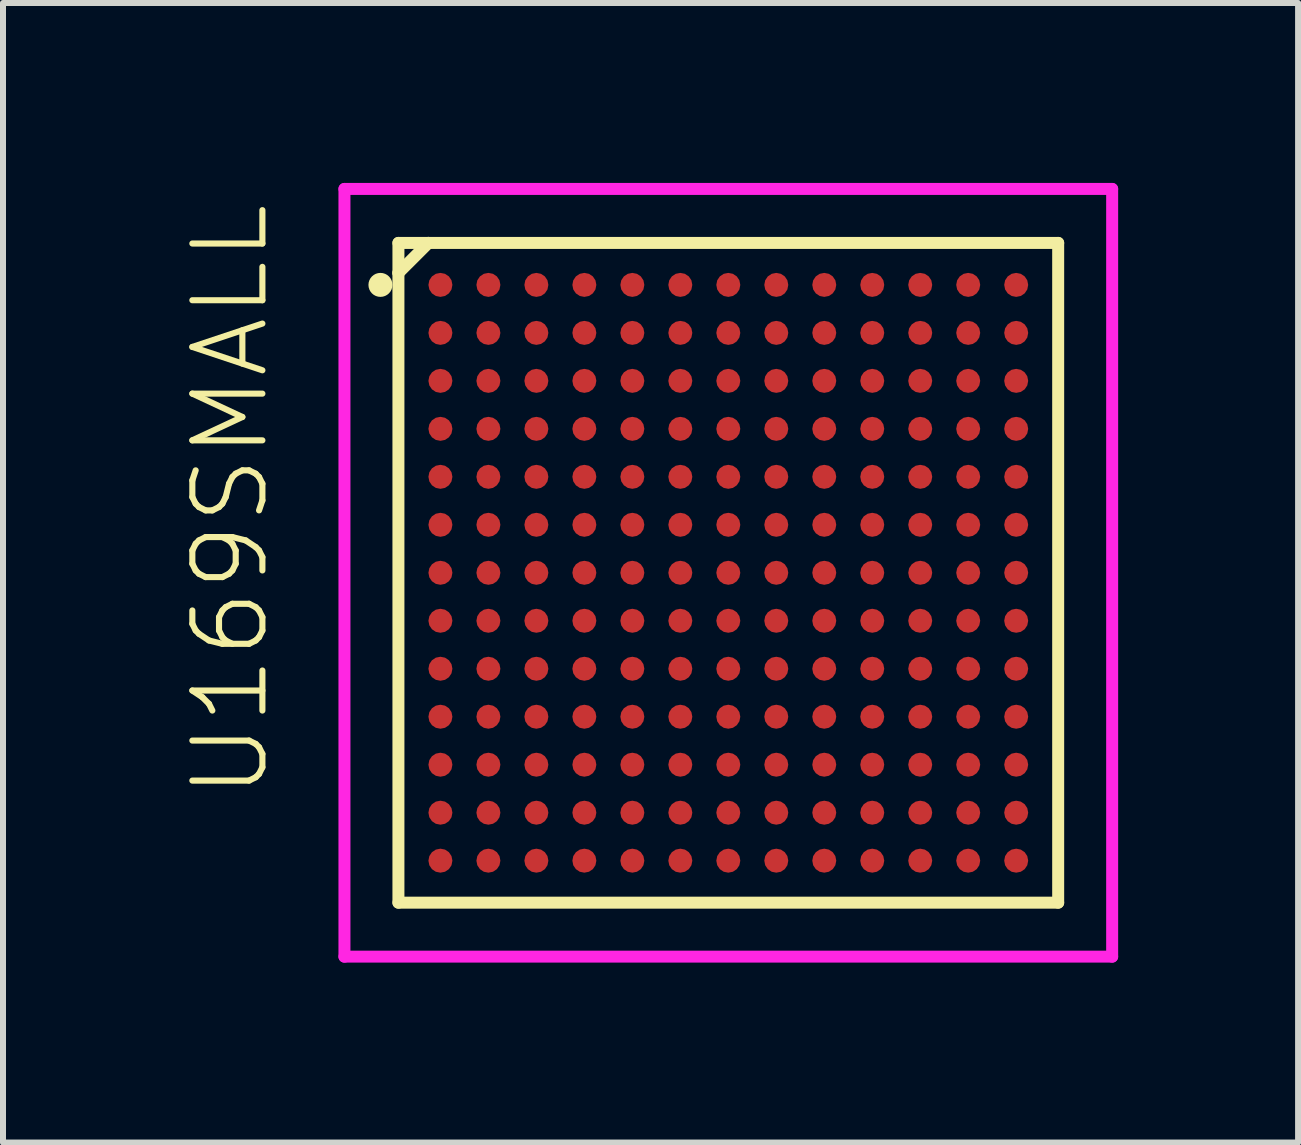
<source format=kicad_pcb>
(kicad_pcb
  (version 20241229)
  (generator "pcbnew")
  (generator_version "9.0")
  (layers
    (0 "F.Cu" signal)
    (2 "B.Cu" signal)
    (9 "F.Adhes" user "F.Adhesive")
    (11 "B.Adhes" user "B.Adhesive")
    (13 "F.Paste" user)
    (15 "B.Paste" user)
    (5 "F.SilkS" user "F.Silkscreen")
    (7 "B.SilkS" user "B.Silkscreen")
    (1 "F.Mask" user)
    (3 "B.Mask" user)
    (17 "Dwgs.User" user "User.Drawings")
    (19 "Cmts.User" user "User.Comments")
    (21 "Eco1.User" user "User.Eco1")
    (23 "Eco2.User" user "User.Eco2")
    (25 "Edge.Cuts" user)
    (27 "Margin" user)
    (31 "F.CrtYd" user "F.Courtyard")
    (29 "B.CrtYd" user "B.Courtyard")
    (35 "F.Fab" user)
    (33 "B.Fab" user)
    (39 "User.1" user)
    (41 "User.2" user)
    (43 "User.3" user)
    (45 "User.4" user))
  (footprint "U169SMALL"
    (layer "F.Cu")
    (at 9.093 6.5)
    (property "Reference" "U169SMALL" (at -7.62 3.81 90) (unlocked yes) (layer "F.SilkS") (effects (font (size 1.168 1.168) (thickness 0.102)) (justify left bottom)))
    (fp_line (start -5.5 -5.5) (end -5.5 -5) (stroke (width 0.2) (type solid)) (layer "F.SilkS"))
    (fp_line (start -5.5 -5.5) (end -5 -5.5) (stroke (width 0.2) (type solid)) (layer "F.SilkS"))
    (fp_line (start -5.5 -5) (end -5.5 5.5) (stroke (width 0.2) (type solid)) (layer "F.SilkS"))
    (fp_line (start -5.5 -5) (end -5 -5.5) (stroke (width 0.2) (type solid)) (layer "F.SilkS"))
    (fp_line (start -5.5 5.5) (end 5.5 5.5) (stroke (width 0.2) (type solid)) (layer "F.SilkS"))
    (fp_line (start -5 -5.5) (end 5.5 -5.5) (stroke (width 0.2) (type solid)) (layer "F.SilkS"))
    (fp_line (start 5.5 -5.5) (end 5.5 5.5) (stroke (width 0.2) (type solid)) (layer "F.SilkS"))
    (fp_circle (center -5.8 -4.8) (end -5.7 -4.8) (stroke (width 0.2) (type solid)) (fill no) (layer "F.SilkS"))
    (fp_line (start -6.4 -6.4) (end -6.4 6.4) (stroke (width 0.2) (type solid)) (layer "F.CrtYd"))
    (fp_line (start -6.4 -6.4) (end 6.4 -6.4) (stroke (width 0.2) (type solid)) (layer "F.CrtYd"))
    (fp_line (start -6.4 6.4) (end 6.4 6.4) (stroke (width 0.2) (type solid)) (layer "F.CrtYd"))
    (fp_line (start 6.4 -6.4) (end 6.4 6.4) (stroke (width 0.2) (type solid)) (layer "F.CrtYd"))
    (pad "A1" smd roundrect (at -4.8 -4.8) (size 0.4 0.4) (layers "F.Cu" "F.Mask" "F.Paste") (roundrect_rratio 0.5))
    (pad "A2" smd roundrect (at -4 -4.8) (size 0.4 0.4) (layers "F.Cu" "F.Mask" "F.Paste") (roundrect_rratio 0.5))
    (pad "A3" smd roundrect (at -3.2 -4.8) (size 0.4 0.4) (layers "F.Cu" "F.Mask" "F.Paste") (roundrect_rratio 0.5))
    (pad "A4" smd roundrect (at -2.4 -4.8) (size 0.4 0.4) (layers "F.Cu" "F.Mask" "F.Paste") (roundrect_rratio 0.5))
    (pad "A5" smd roundrect (at -1.6 -4.8) (size 0.4 0.4) (layers "F.Cu" "F.Mask" "F.Paste") (roundrect_rratio 0.5))
    (pad "A6" smd roundrect (at -0.8 -4.8) (size 0.4 0.4) (layers "F.Cu" "F.Mask" "F.Paste") (roundrect_rratio 0.5))
    (pad "A7" smd roundrect (at 0 -4.8) (size 0.4 0.4) (layers "F.Cu" "F.Mask" "F.Paste") (roundrect_rratio 0.5))
    (pad "A8" smd roundrect (at 0.8 -4.8) (size 0.4 0.4) (layers "F.Cu" "F.Mask" "F.Paste") (roundrect_rratio 0.5))
    (pad "A9" smd roundrect (at 1.6 -4.8) (size 0.4 0.4) (layers "F.Cu" "F.Mask" "F.Paste") (roundrect_rratio 0.5))
    (pad "A10" smd roundrect (at 2.4 -4.8) (size 0.4 0.4) (layers "F.Cu" "F.Mask" "F.Paste") (roundrect_rratio 0.5))
    (pad "A11" smd roundrect (at 3.2 -4.8) (size 0.4 0.4) (layers "F.Cu" "F.Mask" "F.Paste") (roundrect_rratio 0.5))
    (pad "A12" smd roundrect (at 4 -4.8) (size 0.4 0.4) (layers "F.Cu" "F.Mask" "F.Paste") (roundrect_rratio 0.5))
    (pad "A13" smd roundrect (at 4.8 -4.8) (size 0.4 0.4) (layers "F.Cu" "F.Mask" "F.Paste") (roundrect_rratio 0.5))
    (pad "B1" smd roundrect (at -4.8 -4) (size 0.4 0.4) (layers "F.Cu" "F.Mask" "F.Paste") (roundrect_rratio 0.5))
    (pad "B2" smd roundrect (at -4 -4) (size 0.4 0.4) (layers "F.Cu" "F.Mask" "F.Paste") (roundrect_rratio 0.5))
    (pad "B3" smd roundrect (at -3.2 -4) (size 0.4 0.4) (layers "F.Cu" "F.Mask" "F.Paste") (roundrect_rratio 0.5))
    (pad "B4" smd roundrect (at -2.4 -4) (size 0.4 0.4) (layers "F.Cu" "F.Mask" "F.Paste") (roundrect_rratio 0.5))
    (pad "B5" smd roundrect (at -1.6 -4) (size 0.4 0.4) (layers "F.Cu" "F.Mask" "F.Paste") (roundrect_rratio 0.5))
    (pad "B6" smd roundrect (at -0.8 -4) (size 0.4 0.4) (layers "F.Cu" "F.Mask" "F.Paste") (roundrect_rratio 0.5))
    (pad "B7" smd roundrect (at 0 -4) (size 0.4 0.4) (layers "F.Cu" "F.Mask" "F.Paste") (roundrect_rratio 0.5))
    (pad "B8" smd roundrect (at 0.8 -4) (size 0.4 0.4) (layers "F.Cu" "F.Mask" "F.Paste") (roundrect_rratio 0.5))
    (pad "B9" smd roundrect (at 1.6 -4) (size 0.4 0.4) (layers "F.Cu" "F.Mask" "F.Paste") (roundrect_rratio 0.5))
    (pad "B10" smd roundrect (at 2.4 -4) (size 0.4 0.4) (layers "F.Cu" "F.Mask" "F.Paste") (roundrect_rratio 0.5))
    (pad "B11" smd roundrect (at 3.2 -4) (size 0.4 0.4) (layers "F.Cu" "F.Mask" "F.Paste") (roundrect_rratio 0.5))
    (pad "B12" smd roundrect (at 4 -4) (size 0.4 0.4) (layers "F.Cu" "F.Mask" "F.Paste") (roundrect_rratio 0.5))
    (pad "B13" smd roundrect (at 4.8 -4) (size 0.4 0.4) (layers "F.Cu" "F.Mask" "F.Paste") (roundrect_rratio 0.5))
    (pad "C1" smd roundrect (at -4.8 -3.2) (size 0.4 0.4) (layers "F.Cu" "F.Mask" "F.Paste") (roundrect_rratio 0.5))
    (pad "C2" smd roundrect (at -4 -3.2) (size 0.4 0.4) (layers "F.Cu" "F.Mask" "F.Paste") (roundrect_rratio 0.5))
    (pad "C3" smd roundrect (at -3.2 -3.2) (size 0.4 0.4) (layers "F.Cu" "F.Mask" "F.Paste") (roundrect_rratio 0.5))
    (pad "C4" smd roundrect (at -2.4 -3.2) (size 0.4 0.4) (layers "F.Cu" "F.Mask" "F.Paste") (roundrect_rratio 0.5))
    (pad "C5" smd roundrect (at -1.6 -3.2) (size 0.4 0.4) (layers "F.Cu" "F.Mask" "F.Paste") (roundrect_rratio 0.5))
    (pad "C6" smd roundrect (at -0.8 -3.2) (size 0.4 0.4) (layers "F.Cu" "F.Mask" "F.Paste") (roundrect_rratio 0.5))
    (pad "C7" smd roundrect (at 0 -3.2) (size 0.4 0.4) (layers "F.Cu" "F.Mask" "F.Paste") (roundrect_rratio 0.5))
    (pad "C8" smd roundrect (at 0.8 -3.2) (size 0.4 0.4) (layers "F.Cu" "F.Mask" "F.Paste") (roundrect_rratio 0.5))
    (pad "C9" smd roundrect (at 1.6 -3.2) (size 0.4 0.4) (layers "F.Cu" "F.Mask" "F.Paste") (roundrect_rratio 0.5))
    (pad "C10" smd roundrect (at 2.4 -3.2) (size 0.4 0.4) (layers "F.Cu" "F.Mask" "F.Paste") (roundrect_rratio 0.5))
    (pad "C11" smd roundrect (at 3.2 -3.2) (size 0.4 0.4) (layers "F.Cu" "F.Mask" "F.Paste") (roundrect_rratio 0.5))
    (pad "C12" smd roundrect (at 4 -3.2) (size 0.4 0.4) (layers "F.Cu" "F.Mask" "F.Paste") (roundrect_rratio 0.5))
    (pad "C13" smd roundrect (at 4.8 -3.2) (size 0.4 0.4) (layers "F.Cu" "F.Mask" "F.Paste") (roundrect_rratio 0.5))
    (pad "D1" smd roundrect (at -4.8 -2.4) (size 0.4 0.4) (layers "F.Cu" "F.Mask" "F.Paste") (roundrect_rratio 0.5))
    (pad "D2" smd roundrect (at -4 -2.4) (size 0.4 0.4) (layers "F.Cu" "F.Mask" "F.Paste") (roundrect_rratio 0.5))
    (pad "D3" smd roundrect (at -3.2 -2.4) (size 0.4 0.4) (layers "F.Cu" "F.Mask" "F.Paste") (roundrect_rratio 0.5))
    (pad "D4" smd roundrect (at -2.4 -2.4) (size 0.4 0.4) (layers "F.Cu" "F.Mask" "F.Paste") (roundrect_rratio 0.5))
    (pad "D5" smd roundrect (at -1.6 -2.4) (size 0.4 0.4) (layers "F.Cu" "F.Mask" "F.Paste") (roundrect_rratio 0.5))
    (pad "D6" smd roundrect (at -0.8 -2.4) (size 0.4 0.4) (layers "F.Cu" "F.Mask" "F.Paste") (roundrect_rratio 0.5))
    (pad "D7" smd roundrect (at 0 -2.4) (size 0.4 0.4) (layers "F.Cu" "F.Mask" "F.Paste") (roundrect_rratio 0.5))
    (pad "D8" smd roundrect (at 0.8 -2.4) (size 0.4 0.4) (layers "F.Cu" "F.Mask" "F.Paste") (roundrect_rratio 0.5))
    (pad "D9" smd roundrect (at 1.6 -2.4) (size 0.4 0.4) (layers "F.Cu" "F.Mask" "F.Paste") (roundrect_rratio 0.5))
    (pad "D10" smd roundrect (at 2.4 -2.4) (size 0.4 0.4) (layers "F.Cu" "F.Mask" "F.Paste") (roundrect_rratio 0.5))
    (pad "D11" smd roundrect (at 3.2 -2.4) (size 0.4 0.4) (layers "F.Cu" "F.Mask" "F.Paste") (roundrect_rratio 0.5))
    (pad "D12" smd roundrect (at 4 -2.4) (size 0.4 0.4) (layers "F.Cu" "F.Mask" "F.Paste") (roundrect_rratio 0.5))
    (pad "D13" smd roundrect (at 4.8 -2.4) (size 0.4 0.4) (layers "F.Cu" "F.Mask" "F.Paste") (roundrect_rratio 0.5))
    (pad "E1" smd roundrect (at -4.8 -1.6) (size 0.4 0.4) (layers "F.Cu" "F.Mask" "F.Paste") (roundrect_rratio 0.5))
    (pad "E2" smd roundrect (at -4 -1.6) (size 0.4 0.4) (layers "F.Cu" "F.Mask" "F.Paste") (roundrect_rratio 0.5))
    (pad "E3" smd roundrect (at -3.2 -1.6) (size 0.4 0.4) (layers "F.Cu" "F.Mask" "F.Paste") (roundrect_rratio 0.5))
    (pad "E4" smd roundrect (at -2.4 -1.6) (size 0.4 0.4) (layers "F.Cu" "F.Mask" "F.Paste") (roundrect_rratio 0.5))
    (pad "E5" smd roundrect (at -1.6 -1.6) (size 0.4 0.4) (layers "F.Cu" "F.Mask" "F.Paste") (roundrect_rratio 0.5))
    (pad "E6" smd roundrect (at -0.8 -1.6) (size 0.4 0.4) (layers "F.Cu" "F.Mask" "F.Paste") (roundrect_rratio 0.5))
    (pad "E7" smd roundrect (at 0 -1.6) (size 0.4 0.4) (layers "F.Cu" "F.Mask" "F.Paste") (roundrect_rratio 0.5))
    (pad "E8" smd roundrect (at 0.8 -1.6) (size 0.4 0.4) (layers "F.Cu" "F.Mask" "F.Paste") (roundrect_rratio 0.5))
    (pad "E9" smd roundrect (at 1.6 -1.6) (size 0.4 0.4) (layers "F.Cu" "F.Mask" "F.Paste") (roundrect_rratio 0.5))
    (pad "E10" smd roundrect (at 2.4 -1.6) (size 0.4 0.4) (layers "F.Cu" "F.Mask" "F.Paste") (roundrect_rratio 0.5))
    (pad "E11" smd roundrect (at 3.2 -1.6) (size 0.4 0.4) (layers "F.Cu" "F.Mask" "F.Paste") (roundrect_rratio 0.5))
    (pad "E12" smd roundrect (at 4 -1.6) (size 0.4 0.4) (layers "F.Cu" "F.Mask" "F.Paste") (roundrect_rratio 0.5))
    (pad "E13" smd roundrect (at 4.8 -1.6) (size 0.4 0.4) (layers "F.Cu" "F.Mask" "F.Paste") (roundrect_rratio 0.5))
    (pad "F1" smd roundrect (at -4.8 -0.8) (size 0.4 0.4) (layers "F.Cu" "F.Mask" "F.Paste") (roundrect_rratio 0.5))
    (pad "F2" smd roundrect (at -4 -0.8) (size 0.4 0.4) (layers "F.Cu" "F.Mask" "F.Paste") (roundrect_rratio 0.5))
    (pad "F3" smd roundrect (at -3.2 -0.8) (size 0.4 0.4) (layers "F.Cu" "F.Mask" "F.Paste") (roundrect_rratio 0.5))
    (pad "F4" smd roundrect (at -2.4 -0.8) (size 0.4 0.4) (layers "F.Cu" "F.Mask" "F.Paste") (roundrect_rratio 0.5))
    (pad "F5" smd roundrect (at -1.6 -0.8) (size 0.4 0.4) (layers "F.Cu" "F.Mask" "F.Paste") (roundrect_rratio 0.5))
    (pad "F6" smd roundrect (at -0.8 -0.8) (size 0.4 0.4) (layers "F.Cu" "F.Mask" "F.Paste") (roundrect_rratio 0.5))
    (pad "F7" smd roundrect (at 0 -0.8) (size 0.4 0.4) (layers "F.Cu" "F.Mask" "F.Paste") (roundrect_rratio 0.5))
    (pad "F8" smd roundrect (at 0.8 -0.8) (size 0.4 0.4) (layers "F.Cu" "F.Mask" "F.Paste") (roundrect_rratio 0.5))
    (pad "F9" smd roundrect (at 1.6 -0.8) (size 0.4 0.4) (layers "F.Cu" "F.Mask" "F.Paste") (roundrect_rratio 0.5))
    (pad "F10" smd roundrect (at 2.4 -0.8) (size 0.4 0.4) (layers "F.Cu" "F.Mask" "F.Paste") (roundrect_rratio 0.5))
    (pad "F11" smd roundrect (at 3.2 -0.8) (size 0.4 0.4) (layers "F.Cu" "F.Mask" "F.Paste") (roundrect_rratio 0.5))
    (pad "F12" smd roundrect (at 4 -0.8) (size 0.4 0.4) (layers "F.Cu" "F.Mask" "F.Paste") (roundrect_rratio 0.5))
    (pad "F13" smd roundrect (at 4.8 -0.8) (size 0.4 0.4) (layers "F.Cu" "F.Mask" "F.Paste") (roundrect_rratio 0.5))
    (pad "G1" smd roundrect (at -4.8 0) (size 0.4 0.4) (layers "F.Cu" "F.Mask" "F.Paste") (roundrect_rratio 0.5))
    (pad "G2" smd roundrect (at -4 0) (size 0.4 0.4) (layers "F.Cu" "F.Mask" "F.Paste") (roundrect_rratio 0.5))
    (pad "G3" smd roundrect (at -3.2 0) (size 0.4 0.4) (layers "F.Cu" "F.Mask" "F.Paste") (roundrect_rratio 0.5))
    (pad "G4" smd roundrect (at -2.4 0) (size 0.4 0.4) (layers "F.Cu" "F.Mask" "F.Paste") (roundrect_rratio 0.5))
    (pad "G5" smd roundrect (at -1.6 0) (size 0.4 0.4) (layers "F.Cu" "F.Mask" "F.Paste") (roundrect_rratio 0.5))
    (pad "G6" smd roundrect (at -0.8 0) (size 0.4 0.4) (layers "F.Cu" "F.Mask" "F.Paste") (roundrect_rratio 0.5))
    (pad "G7" smd roundrect (at 0 0) (size 0.4 0.4) (layers "F.Cu" "F.Mask" "F.Paste") (roundrect_rratio 0.5))
    (pad "G8" smd roundrect (at 0.8 0) (size 0.4 0.4) (layers "F.Cu" "F.Mask" "F.Paste") (roundrect_rratio 0.5))
    (pad "G9" smd roundrect (at 1.6 0) (size 0.4 0.4) (layers "F.Cu" "F.Mask" "F.Paste") (roundrect_rratio 0.5))
    (pad "G10" smd roundrect (at 2.4 0) (size 0.4 0.4) (layers "F.Cu" "F.Mask" "F.Paste") (roundrect_rratio 0.5))
    (pad "G11" smd roundrect (at 3.2 0) (size 0.4 0.4) (layers "F.Cu" "F.Mask" "F.Paste") (roundrect_rratio 0.5))
    (pad "G12" smd roundrect (at 4 0) (size 0.4 0.4) (layers "F.Cu" "F.Mask" "F.Paste") (roundrect_rratio 0.5))
    (pad "G13" smd roundrect (at 4.8 0) (size 0.4 0.4) (layers "F.Cu" "F.Mask" "F.Paste") (roundrect_rratio 0.5))
    (pad "H1" smd roundrect (at -4.8 0.8) (size 0.4 0.4) (layers "F.Cu" "F.Mask" "F.Paste") (roundrect_rratio 0.5))
    (pad "H2" smd roundrect (at -4 0.8) (size 0.4 0.4) (layers "F.Cu" "F.Mask" "F.Paste") (roundrect_rratio 0.5))
    (pad "H3" smd roundrect (at -3.2 0.8) (size 0.4 0.4) (layers "F.Cu" "F.Mask" "F.Paste") (roundrect_rratio 0.5))
    (pad "H4" smd roundrect (at -2.4 0.8) (size 0.4 0.4) (layers "F.Cu" "F.Mask" "F.Paste") (roundrect_rratio 0.5))
    (pad "H5" smd roundrect (at -1.6 0.8) (size 0.4 0.4) (layers "F.Cu" "F.Mask" "F.Paste") (roundrect_rratio 0.5))
    (pad "H6" smd roundrect (at -0.8 0.8) (size 0.4 0.4) (layers "F.Cu" "F.Mask" "F.Paste") (roundrect_rratio 0.5))
    (pad "H7" smd roundrect (at 0 0.8) (size 0.4 0.4) (layers "F.Cu" "F.Mask" "F.Paste") (roundrect_rratio 0.5))
    (pad "H8" smd roundrect (at 0.8 0.8) (size 0.4 0.4) (layers "F.Cu" "F.Mask" "F.Paste") (roundrect_rratio 0.5))
    (pad "H9" smd roundrect (at 1.6 0.8) (size 0.4 0.4) (layers "F.Cu" "F.Mask" "F.Paste") (roundrect_rratio 0.5))
    (pad "H10" smd roundrect (at 2.4 0.8) (size 0.4 0.4) (layers "F.Cu" "F.Mask" "F.Paste") (roundrect_rratio 0.5))
    (pad "H11" smd roundrect (at 3.2 0.8) (size 0.4 0.4) (layers "F.Cu" "F.Mask" "F.Paste") (roundrect_rratio 0.5))
    (pad "H12" smd roundrect (at 4 0.8) (size 0.4 0.4) (layers "F.Cu" "F.Mask" "F.Paste") (roundrect_rratio 0.5))
    (pad "H13" smd roundrect (at 4.8 0.8) (size 0.4 0.4) (layers "F.Cu" "F.Mask" "F.Paste") (roundrect_rratio 0.5))
    (pad "J1" smd roundrect (at -4.8 1.6) (size 0.4 0.4) (layers "F.Cu" "F.Mask" "F.Paste") (roundrect_rratio 0.5))
    (pad "J2" smd roundrect (at -4 1.6) (size 0.4 0.4) (layers "F.Cu" "F.Mask" "F.Paste") (roundrect_rratio 0.5))
    (pad "J3" smd roundrect (at -3.2 1.6) (size 0.4 0.4) (layers "F.Cu" "F.Mask" "F.Paste") (roundrect_rratio 0.5))
    (pad "J4" smd roundrect (at -2.4 1.6) (size 0.4 0.4) (layers "F.Cu" "F.Mask" "F.Paste") (roundrect_rratio 0.5))
    (pad "J5" smd roundrect (at -1.6 1.6) (size 0.4 0.4) (layers "F.Cu" "F.Mask" "F.Paste") (roundrect_rratio 0.5))
    (pad "J6" smd roundrect (at -0.8 1.6) (size 0.4 0.4) (layers "F.Cu" "F.Mask" "F.Paste") (roundrect_rratio 0.5))
    (pad "J7" smd roundrect (at 0 1.6) (size 0.4 0.4) (layers "F.Cu" "F.Mask" "F.Paste") (roundrect_rratio 0.5))
    (pad "J8" smd roundrect (at 0.8 1.6) (size 0.4 0.4) (layers "F.Cu" "F.Mask" "F.Paste") (roundrect_rratio 0.5))
    (pad "J9" smd roundrect (at 1.6 1.6) (size 0.4 0.4) (layers "F.Cu" "F.Mask" "F.Paste") (roundrect_rratio 0.5))
    (pad "J10" smd roundrect (at 2.4 1.6) (size 0.4 0.4) (layers "F.Cu" "F.Mask" "F.Paste") (roundrect_rratio 0.5))
    (pad "J11" smd roundrect (at 3.2 1.6) (size 0.4 0.4) (layers "F.Cu" "F.Mask" "F.Paste") (roundrect_rratio 0.5))
    (pad "J12" smd roundrect (at 4 1.6) (size 0.4 0.4) (layers "F.Cu" "F.Mask" "F.Paste") (roundrect_rratio 0.5))
    (pad "J13" smd roundrect (at 4.8 1.6) (size 0.4 0.4) (layers "F.Cu" "F.Mask" "F.Paste") (roundrect_rratio 0.5))
    (pad "K1" smd roundrect (at -4.8 2.4) (size 0.4 0.4) (layers "F.Cu" "F.Mask" "F.Paste") (roundrect_rratio 0.5))
    (pad "K2" smd roundrect (at -4 2.4) (size 0.4 0.4) (layers "F.Cu" "F.Mask" "F.Paste") (roundrect_rratio 0.5))
    (pad "K3" smd roundrect (at -3.2 2.4) (size 0.4 0.4) (layers "F.Cu" "F.Mask" "F.Paste") (roundrect_rratio 0.5))
    (pad "K4" smd roundrect (at -2.4 2.4) (size 0.4 0.4) (layers "F.Cu" "F.Mask" "F.Paste") (roundrect_rratio 0.5))
    (pad "K5" smd roundrect (at -1.6 2.4) (size 0.4 0.4) (layers "F.Cu" "F.Mask" "F.Paste") (roundrect_rratio 0.5))
    (pad "K6" smd roundrect (at -0.8 2.4) (size 0.4 0.4) (layers "F.Cu" "F.Mask" "F.Paste") (roundrect_rratio 0.5))
    (pad "K7" smd roundrect (at 0 2.4) (size 0.4 0.4) (layers "F.Cu" "F.Mask" "F.Paste") (roundrect_rratio 0.5))
    (pad "K8" smd roundrect (at 0.8 2.4) (size 0.4 0.4) (layers "F.Cu" "F.Mask" "F.Paste") (roundrect_rratio 0.5))
    (pad "K9" smd roundrect (at 1.6 2.4) (size 0.4 0.4) (layers "F.Cu" "F.Mask" "F.Paste") (roundrect_rratio 0.5))
    (pad "K10" smd roundrect (at 2.4 2.4) (size 0.4 0.4) (layers "F.Cu" "F.Mask" "F.Paste") (roundrect_rratio 0.5))
    (pad "K11" smd roundrect (at 3.2 2.4) (size 0.4 0.4) (layers "F.Cu" "F.Mask" "F.Paste") (roundrect_rratio 0.5))
    (pad "K12" smd roundrect (at 4 2.4) (size 0.4 0.4) (layers "F.Cu" "F.Mask" "F.Paste") (roundrect_rratio 0.5))
    (pad "K13" smd roundrect (at 4.8 2.4) (size 0.4 0.4) (layers "F.Cu" "F.Mask" "F.Paste") (roundrect_rratio 0.5))
    (pad "L1" smd roundrect (at -4.8 3.2) (size 0.4 0.4) (layers "F.Cu" "F.Mask" "F.Paste") (roundrect_rratio 0.5))
    (pad "L2" smd roundrect (at -4 3.2) (size 0.4 0.4) (layers "F.Cu" "F.Mask" "F.Paste") (roundrect_rratio 0.5))
    (pad "L3" smd roundrect (at -3.2 3.2) (size 0.4 0.4) (layers "F.Cu" "F.Mask" "F.Paste") (roundrect_rratio 0.5))
    (pad "L4" smd roundrect (at -2.4 3.2) (size 0.4 0.4) (layers "F.Cu" "F.Mask" "F.Paste") (roundrect_rratio 0.5))
    (pad "L5" smd roundrect (at -1.6 3.2) (size 0.4 0.4) (layers "F.Cu" "F.Mask" "F.Paste") (roundrect_rratio 0.5))
    (pad "L6" smd roundrect (at -0.8 3.2) (size 0.4 0.4) (layers "F.Cu" "F.Mask" "F.Paste") (roundrect_rratio 0.5))
    (pad "L7" smd roundrect (at 0 3.2) (size 0.4 0.4) (layers "F.Cu" "F.Mask" "F.Paste") (roundrect_rratio 0.5))
    (pad "L8" smd roundrect (at 0.8 3.2) (size 0.4 0.4) (layers "F.Cu" "F.Mask" "F.Paste") (roundrect_rratio 0.5))
    (pad "L9" smd roundrect (at 1.6 3.2) (size 0.4 0.4) (layers "F.Cu" "F.Mask" "F.Paste") (roundrect_rratio 0.5))
    (pad "L10" smd roundrect (at 2.4 3.2) (size 0.4 0.4) (layers "F.Cu" "F.Mask" "F.Paste") (roundrect_rratio 0.5))
    (pad "L11" smd roundrect (at 3.2 3.2) (size 0.4 0.4) (layers "F.Cu" "F.Mask" "F.Paste") (roundrect_rratio 0.5))
    (pad "L12" smd roundrect (at 4 3.2) (size 0.4 0.4) (layers "F.Cu" "F.Mask" "F.Paste") (roundrect_rratio 0.5))
    (pad "L13" smd roundrect (at 4.8 3.2) (size 0.4 0.4) (layers "F.Cu" "F.Mask" "F.Paste") (roundrect_rratio 0.5))
    (pad "M1" smd roundrect (at -4.8 4) (size 0.4 0.4) (layers "F.Cu" "F.Mask" "F.Paste") (roundrect_rratio 0.5))
    (pad "M2" smd roundrect (at -4 4) (size 0.4 0.4) (layers "F.Cu" "F.Mask" "F.Paste") (roundrect_rratio 0.5))
    (pad "M3" smd roundrect (at -3.2 4) (size 0.4 0.4) (layers "F.Cu" "F.Mask" "F.Paste") (roundrect_rratio 0.5))
    (pad "M4" smd roundrect (at -2.4 4) (size 0.4 0.4) (layers "F.Cu" "F.Mask" "F.Paste") (roundrect_rratio 0.5))
    (pad "M5" smd roundrect (at -1.6 4) (size 0.4 0.4) (layers "F.Cu" "F.Mask" "F.Paste") (roundrect_rratio 0.5))
    (pad "M6" smd roundrect (at -0.8 4) (size 0.4 0.4) (layers "F.Cu" "F.Mask" "F.Paste") (roundrect_rratio 0.5))
    (pad "M7" smd roundrect (at 0 4) (size 0.4 0.4) (layers "F.Cu" "F.Mask" "F.Paste") (roundrect_rratio 0.5))
    (pad "M8" smd roundrect (at 0.8 4) (size 0.4 0.4) (layers "F.Cu" "F.Mask" "F.Paste") (roundrect_rratio 0.5))
    (pad "M9" smd roundrect (at 1.6 4) (size 0.4 0.4) (layers "F.Cu" "F.Mask" "F.Paste") (roundrect_rratio 0.5))
    (pad "M10" smd roundrect (at 2.4 4) (size 0.4 0.4) (layers "F.Cu" "F.Mask" "F.Paste") (roundrect_rratio 0.5))
    (pad "M11" smd roundrect (at 3.2 4) (size 0.4 0.4) (layers "F.Cu" "F.Mask" "F.Paste") (roundrect_rratio 0.5))
    (pad "M12" smd roundrect (at 4 4) (size 0.4 0.4) (layers "F.Cu" "F.Mask" "F.Paste") (roundrect_rratio 0.5))
    (pad "M13" smd roundrect (at 4.8 4) (size 0.4 0.4) (layers "F.Cu" "F.Mask" "F.Paste") (roundrect_rratio 0.5))
    (pad "N1" smd roundrect (at -4.8 4.8) (size 0.4 0.4) (layers "F.Cu" "F.Mask" "F.Paste") (roundrect_rratio 0.5))
    (pad "N2" smd roundrect (at -4 4.8) (size 0.4 0.4) (layers "F.Cu" "F.Mask" "F.Paste") (roundrect_rratio 0.5))
    (pad "N3" smd roundrect (at -3.2 4.8) (size 0.4 0.4) (layers "F.Cu" "F.Mask" "F.Paste") (roundrect_rratio 0.5))
    (pad "N4" smd roundrect (at -2.4 4.8) (size 0.4 0.4) (layers "F.Cu" "F.Mask" "F.Paste") (roundrect_rratio 0.5))
    (pad "N5" smd roundrect (at -1.6 4.8) (size 0.4 0.4) (layers "F.Cu" "F.Mask" "F.Paste") (roundrect_rratio 0.5))
    (pad "N6" smd roundrect (at -0.8 4.8) (size 0.4 0.4) (layers "F.Cu" "F.Mask" "F.Paste") (roundrect_rratio 0.5))
    (pad "N7" smd roundrect (at 0 4.8) (size 0.4 0.4) (layers "F.Cu" "F.Mask" "F.Paste") (roundrect_rratio 0.5))
    (pad "N8" smd roundrect (at 0.8 4.8) (size 0.4 0.4) (layers "F.Cu" "F.Mask" "F.Paste") (roundrect_rratio 0.5))
    (pad "N9" smd roundrect (at 1.6 4.8) (size 0.4 0.4) (layers "F.Cu" "F.Mask" "F.Paste") (roundrect_rratio 0.5))
    (pad "N10" smd roundrect (at 2.4 4.8) (size 0.4 0.4) (layers "F.Cu" "F.Mask" "F.Paste") (roundrect_rratio 0.5))
    (pad "N11" smd roundrect (at 3.2 4.8) (size 0.4 0.4) (layers "F.Cu" "F.Mask" "F.Paste") (roundrect_rratio 0.5))
    (pad "N12" smd roundrect (at 4 4.8) (size 0.4 0.4) (layers "F.Cu" "F.Mask" "F.Paste") (roundrect_rratio 0.5))
    (pad "N13" smd roundrect (at 4.8 4.8) (size 0.4 0.4) (layers "F.Cu" "F.Mask" "F.Paste") (roundrect_rratio 0.5)))
  (gr_rect
    (start -3 -3)
    (end 18.593 16)
    (stroke (width 0.1) (type default))
    (fill no)
    (layer "Edge.Cuts")))
</source>
